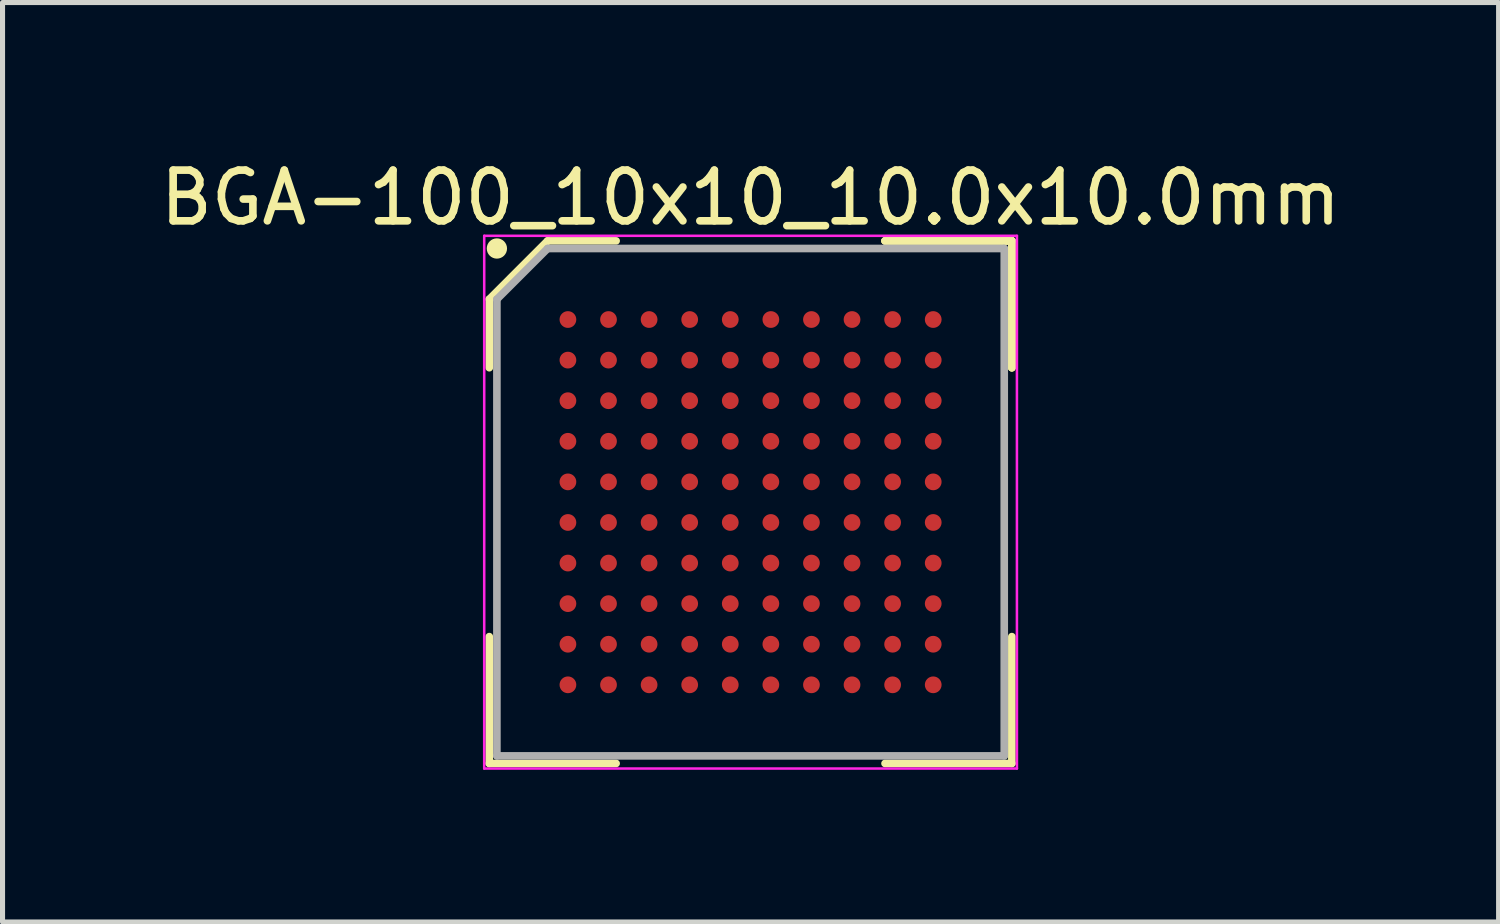
<source format=kicad_pcb>
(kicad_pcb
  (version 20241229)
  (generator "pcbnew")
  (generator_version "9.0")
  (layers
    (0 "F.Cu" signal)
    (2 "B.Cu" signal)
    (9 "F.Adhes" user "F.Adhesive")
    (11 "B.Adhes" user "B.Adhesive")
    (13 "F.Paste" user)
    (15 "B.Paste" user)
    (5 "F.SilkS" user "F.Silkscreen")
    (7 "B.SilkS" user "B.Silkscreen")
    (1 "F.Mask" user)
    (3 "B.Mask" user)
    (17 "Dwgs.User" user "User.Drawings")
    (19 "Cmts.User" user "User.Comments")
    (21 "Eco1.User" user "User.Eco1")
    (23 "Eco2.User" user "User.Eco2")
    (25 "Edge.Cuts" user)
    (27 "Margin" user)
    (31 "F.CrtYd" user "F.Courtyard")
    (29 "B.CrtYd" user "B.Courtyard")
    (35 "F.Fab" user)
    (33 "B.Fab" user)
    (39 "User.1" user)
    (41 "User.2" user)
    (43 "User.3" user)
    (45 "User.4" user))
  (footprint "BGA-100_10x10_10.0x10.0mm"
    (layer "F.Cu")
    (at 11.744 6.848)
    (property "Reference" "BGA-100_10x10_10.0x10.0mm" (at 0 -6 0) (layer "F.SilkS") (effects (font (size 1 1) (thickness 0.15))))
    (attr smd)
    (fp_line (start -5.15 -4) (end -5.15 -2.65) (stroke (width 0.15) (type solid)) (layer "F.SilkS"))
    (fp_line (start -5.15 5.15) (end -5.15 2.65) (stroke (width 0.15) (type solid)) (layer "F.SilkS"))
    (fp_line (start -4 -5.15) (end -5.15 -4) (stroke (width 0.15) (type solid)) (layer "F.SilkS"))
    (fp_line (start -2.65 -5.15) (end -4 -5.15) (stroke (width 0.15) (type solid)) (layer "F.SilkS"))
    (fp_line (start -2.65 5.15) (end -5.15 5.15) (stroke (width 0.15) (type solid)) (layer "F.SilkS"))
    (fp_line (start 2.65 -5.15) (end 5.15 -5.15) (stroke (width 0.15) (type solid)) (layer "F.SilkS"))
    (fp_line (start 2.65 -5.15) (end 5.15 -5.15) (stroke (width 0.15) (type solid)) (layer "F.SilkS"))
    (fp_line (start 2.65 -5.15) (end 5.15 -5.15) (stroke (width 0.15) (type solid)) (layer "F.SilkS"))
    (fp_line (start 2.65 5.15) (end 5.15 5.15) (stroke (width 0.15) (type solid)) (layer "F.SilkS"))
    (fp_line (start 5.15 -5.15) (end 5.15 -2.65) (stroke (width 0.15) (type solid)) (layer "F.SilkS"))
    (fp_line (start 5.15 -5.15) (end 5.15 -2.65) (stroke (width 0.15) (type solid)) (layer "F.SilkS"))
    (fp_line (start 5.15 -5.15) (end 5.15 -2.65) (stroke (width 0.15) (type solid)) (layer "F.SilkS"))
    (fp_line (start 5.15 5.15) (end 5.15 2.65) (stroke (width 0.15) (type solid)) (layer "F.SilkS"))
    (fp_circle (center -5 -5) (end -5 -4.9) (stroke (width 0.2) (type solid)) (fill no) (layer "F.SilkS"))
    (fp_line (start -5.25 -5.25) (end 5.25 -5.25) (stroke (width 0.05) (type solid)) (layer "F.CrtYd"))
    (fp_line (start -5.25 5.25) (end -5.25 -5.25) (stroke (width 0.05) (type solid)) (layer "F.CrtYd"))
    (fp_line (start 5.25 -5.25) (end 5.25 5.25) (stroke (width 0.05) (type solid)) (layer "F.CrtYd"))
    (fp_line (start 5.25 5.25) (end -5.25 5.25) (stroke (width 0.05) (type solid)) (layer "F.CrtYd"))
    (fp_line (start -5 -4) (end -5 5) (stroke (width 0.15) (type solid)) (layer "F.Fab"))
    (fp_line (start -5 5) (end 5 5) (stroke (width 0.15) (type solid)) (layer "F.Fab"))
    (fp_line (start -4 -5) (end -5 -4) (stroke (width 0.15) (type solid)) (layer "F.Fab"))
    (fp_line (start 5 -5) (end -4 -5) (stroke (width 0.15) (type solid)) (layer "F.Fab"))
    (fp_line (start 5 5) (end 5 -5) (stroke (width 0.15) (type solid)) (layer "F.Fab"))
    (pad "A1" smd circle (at -3.6 -3.6) (size 0.33 0.33) (layers "F.Cu" "F.Mask" "F.Paste"))
    (pad "A2" smd circle (at -2.8 -3.6) (size 0.33 0.33) (layers "F.Cu" "F.Mask" "F.Paste"))
    (pad "A3" smd circle (at -2 -3.6) (size 0.33 0.33) (layers "F.Cu" "F.Mask" "F.Paste"))
    (pad "A4" smd circle (at -1.2 -3.6) (size 0.33 0.33) (layers "F.Cu" "F.Mask" "F.Paste"))
    (pad "A5" smd circle (at -0.4 -3.6) (size 0.33 0.33) (layers "F.Cu" "F.Mask" "F.Paste"))
    (pad "A6" smd circle (at 0.4 -3.6) (size 0.33 0.33) (layers "F.Cu" "F.Mask" "F.Paste"))
    (pad "A7" smd circle (at 1.2 -3.6) (size 0.33 0.33) (layers "F.Cu" "F.Mask" "F.Paste"))
    (pad "A8" smd circle (at 2 -3.6) (size 0.33 0.33) (layers "F.Cu" "F.Mask" "F.Paste"))
    (pad "A9" smd circle (at 2.8 -3.6) (size 0.33 0.33) (layers "F.Cu" "F.Mask" "F.Paste"))
    (pad "A10" smd circle (at 3.6 -3.6) (size 0.33 0.33) (layers "F.Cu" "F.Mask" "F.Paste"))
    (pad "B1" smd circle (at -3.6 -2.8) (size 0.33 0.33) (layers "F.Cu" "F.Mask" "F.Paste"))
    (pad "B2" smd circle (at -2.8 -2.8) (size 0.33 0.33) (layers "F.Cu" "F.Mask" "F.Paste"))
    (pad "B3" smd circle (at -2 -2.8) (size 0.33 0.33) (layers "F.Cu" "F.Mask" "F.Paste"))
    (pad "B4" smd circle (at -1.2 -2.8) (size 0.33 0.33) (layers "F.Cu" "F.Mask" "F.Paste"))
    (pad "B5" smd circle (at -0.4 -2.8) (size 0.33 0.33) (layers "F.Cu" "F.Mask" "F.Paste"))
    (pad "B6" smd circle (at 0.4 -2.8) (size 0.33 0.33) (layers "F.Cu" "F.Mask" "F.Paste"))
    (pad "B7" smd circle (at 1.2 -2.8) (size 0.33 0.33) (layers "F.Cu" "F.Mask" "F.Paste"))
    (pad "B8" smd circle (at 2 -2.8) (size 0.33 0.33) (layers "F.Cu" "F.Mask" "F.Paste"))
    (pad "B9" smd circle (at 2.8 -2.8) (size 0.33 0.33) (layers "F.Cu" "F.Mask" "F.Paste"))
    (pad "B10" smd circle (at 3.6 -2.8) (size 0.33 0.33) (layers "F.Cu" "F.Mask" "F.Paste"))
    (pad "C1" smd circle (at -3.6 -2) (size 0.33 0.33) (layers "F.Cu" "F.Mask" "F.Paste"))
    (pad "C2" smd circle (at -2.8 -2) (size 0.33 0.33) (layers "F.Cu" "F.Mask" "F.Paste"))
    (pad "C3" smd circle (at -2 -2) (size 0.33 0.33) (layers "F.Cu" "F.Mask" "F.Paste"))
    (pad "C4" smd circle (at -1.2 -2) (size 0.33 0.33) (layers "F.Cu" "F.Mask" "F.Paste"))
    (pad "C5" smd circle (at -0.4 -2) (size 0.33 0.33) (layers "F.Cu" "F.Mask" "F.Paste"))
    (pad "C6" smd circle (at 0.4 -2) (size 0.33 0.33) (layers "F.Cu" "F.Mask" "F.Paste"))
    (pad "C7" smd circle (at 1.2 -2) (size 0.33 0.33) (layers "F.Cu" "F.Mask" "F.Paste"))
    (pad "C8" smd circle (at 2 -2) (size 0.33 0.33) (layers "F.Cu" "F.Mask" "F.Paste"))
    (pad "C9" smd circle (at 2.8 -2) (size 0.33 0.33) (layers "F.Cu" "F.Mask" "F.Paste"))
    (pad "C10" smd circle (at 3.6 -2) (size 0.33 0.33) (layers "F.Cu" "F.Mask" "F.Paste"))
    (pad "D1" smd circle (at -3.6 -1.2) (size 0.33 0.33) (layers "F.Cu" "F.Mask" "F.Paste"))
    (pad "D2" smd circle (at -2.8 -1.2) (size 0.33 0.33) (layers "F.Cu" "F.Mask" "F.Paste"))
    (pad "D3" smd circle (at -2 -1.2) (size 0.33 0.33) (layers "F.Cu" "F.Mask" "F.Paste"))
    (pad "D4" smd circle (at -1.2 -1.2) (size 0.33 0.33) (layers "F.Cu" "F.Mask" "F.Paste"))
    (pad "D5" smd circle (at -0.4 -1.2) (size 0.33 0.33) (layers "F.Cu" "F.Mask" "F.Paste"))
    (pad "D6" smd circle (at 0.4 -1.2) (size 0.33 0.33) (layers "F.Cu" "F.Mask" "F.Paste"))
    (pad "D7" smd circle (at 1.2 -1.2) (size 0.33 0.33) (layers "F.Cu" "F.Mask" "F.Paste"))
    (pad "D8" smd circle (at 2 -1.2) (size 0.33 0.33) (layers "F.Cu" "F.Mask" "F.Paste"))
    (pad "D9" smd circle (at 2.8 -1.2) (size 0.33 0.33) (layers "F.Cu" "F.Mask" "F.Paste"))
    (pad "D10" smd circle (at 3.6 -1.2) (size 0.33 0.33) (layers "F.Cu" "F.Mask" "F.Paste"))
    (pad "E1" smd circle (at -3.6 -0.4) (size 0.33 0.33) (layers "F.Cu" "F.Mask" "F.Paste"))
    (pad "E2" smd circle (at -2.8 -0.4) (size 0.33 0.33) (layers "F.Cu" "F.Mask" "F.Paste"))
    (pad "E3" smd circle (at -2 -0.4) (size 0.33 0.33) (layers "F.Cu" "F.Mask" "F.Paste"))
    (pad "E4" smd circle (at -1.2 -0.4) (size 0.33 0.33) (layers "F.Cu" "F.Mask" "F.Paste"))
    (pad "E5" smd circle (at -0.4 -0.4) (size 0.33 0.33) (layers "F.Cu" "F.Mask" "F.Paste"))
    (pad "E6" smd circle (at 0.4 -0.4) (size 0.33 0.33) (layers "F.Cu" "F.Mask" "F.Paste"))
    (pad "E7" smd circle (at 1.2 -0.4) (size 0.33 0.33) (layers "F.Cu" "F.Mask" "F.Paste"))
    (pad "E8" smd circle (at 2 -0.4) (size 0.33 0.33) (layers "F.Cu" "F.Mask" "F.Paste"))
    (pad "E9" smd circle (at 2.8 -0.4) (size 0.33 0.33) (layers "F.Cu" "F.Mask" "F.Paste"))
    (pad "E10" smd circle (at 3.6 -0.4) (size 0.33 0.33) (layers "F.Cu" "F.Mask" "F.Paste"))
    (pad "F1" smd circle (at -3.6 0.4) (size 0.33 0.33) (layers "F.Cu" "F.Mask" "F.Paste"))
    (pad "F2" smd circle (at -2.8 0.4) (size 0.33 0.33) (layers "F.Cu" "F.Mask" "F.Paste"))
    (pad "F3" smd circle (at -2 0.4) (size 0.33 0.33) (layers "F.Cu" "F.Mask" "F.Paste"))
    (pad "F4" smd circle (at -1.2 0.4) (size 0.33 0.33) (layers "F.Cu" "F.Mask" "F.Paste"))
    (pad "F5" smd circle (at -0.4 0.4) (size 0.33 0.33) (layers "F.Cu" "F.Mask" "F.Paste"))
    (pad "F6" smd circle (at 0.4 0.4) (size 0.33 0.33) (layers "F.Cu" "F.Mask" "F.Paste"))
    (pad "F7" smd circle (at 1.2 0.4) (size 0.33 0.33) (layers "F.Cu" "F.Mask" "F.Paste"))
    (pad "F8" smd circle (at 2 0.4) (size 0.33 0.33) (layers "F.Cu" "F.Mask" "F.Paste"))
    (pad "F9" smd circle (at 2.8 0.4) (size 0.33 0.33) (layers "F.Cu" "F.Mask" "F.Paste"))
    (pad "F10" smd circle (at 3.6 0.4) (size 0.33 0.33) (layers "F.Cu" "F.Mask" "F.Paste"))
    (pad "G1" smd circle (at -3.6 1.2) (size 0.33 0.33) (layers "F.Cu" "F.Mask" "F.Paste"))
    (pad "G2" smd circle (at -2.8 1.2) (size 0.33 0.33) (layers "F.Cu" "F.Mask" "F.Paste"))
    (pad "G3" smd circle (at -2 1.2) (size 0.33 0.33) (layers "F.Cu" "F.Mask" "F.Paste"))
    (pad "G4" smd circle (at -1.2 1.2) (size 0.33 0.33) (layers "F.Cu" "F.Mask" "F.Paste"))
    (pad "G5" smd circle (at -0.4 1.2) (size 0.33 0.33) (layers "F.Cu" "F.Mask" "F.Paste"))
    (pad "G6" smd circle (at 0.4 1.2) (size 0.33 0.33) (layers "F.Cu" "F.Mask" "F.Paste"))
    (pad "G7" smd circle (at 1.2 1.2) (size 0.33 0.33) (layers "F.Cu" "F.Mask" "F.Paste"))
    (pad "G8" smd circle (at 2 1.2) (size 0.33 0.33) (layers "F.Cu" "F.Mask" "F.Paste"))
    (pad "G9" smd circle (at 2.8 1.2) (size 0.33 0.33) (layers "F.Cu" "F.Mask" "F.Paste"))
    (pad "G10" smd circle (at 3.6 1.2) (size 0.33 0.33) (layers "F.Cu" "F.Mask" "F.Paste"))
    (pad "H1" smd circle (at -3.6 2) (size 0.33 0.33) (layers "F.Cu" "F.Mask" "F.Paste"))
    (pad "H2" smd circle (at -2.8 2) (size 0.33 0.33) (layers "F.Cu" "F.Mask" "F.Paste"))
    (pad "H3" smd circle (at -2 2) (size 0.33 0.33) (layers "F.Cu" "F.Mask" "F.Paste"))
    (pad "H4" smd circle (at -1.2 2) (size 0.33 0.33) (layers "F.Cu" "F.Mask" "F.Paste"))
    (pad "H5" smd circle (at -0.4 2) (size 0.33 0.33) (layers "F.Cu" "F.Mask" "F.Paste"))
    (pad "H6" smd circle (at 0.4 2) (size 0.33 0.33) (layers "F.Cu" "F.Mask" "F.Paste"))
    (pad "H7" smd circle (at 1.2 2) (size 0.33 0.33) (layers "F.Cu" "F.Mask" "F.Paste"))
    (pad "H8" smd circle (at 2 2) (size 0.33 0.33) (layers "F.Cu" "F.Mask" "F.Paste"))
    (pad "H9" smd circle (at 2.8 2) (size 0.33 0.33) (layers "F.Cu" "F.Mask" "F.Paste"))
    (pad "H10" smd circle (at 3.6 2) (size 0.33 0.33) (layers "F.Cu" "F.Mask" "F.Paste"))
    (pad "J1" smd circle (at -3.6 2.8) (size 0.33 0.33) (layers "F.Cu" "F.Mask" "F.Paste"))
    (pad "J2" smd circle (at -2.8 2.8) (size 0.33 0.33) (layers "F.Cu" "F.Mask" "F.Paste"))
    (pad "J3" smd circle (at -2 2.8) (size 0.33 0.33) (layers "F.Cu" "F.Mask" "F.Paste"))
    (pad "J4" smd circle (at -1.2 2.8) (size 0.33 0.33) (layers "F.Cu" "F.Mask" "F.Paste"))
    (pad "J5" smd circle (at -0.4 2.8) (size 0.33 0.33) (layers "F.Cu" "F.Mask" "F.Paste"))
    (pad "J6" smd circle (at 0.4 2.8) (size 0.33 0.33) (layers "F.Cu" "F.Mask" "F.Paste"))
    (pad "J7" smd circle (at 1.2 2.8) (size 0.33 0.33) (layers "F.Cu" "F.Mask" "F.Paste"))
    (pad "J8" smd circle (at 2 2.8) (size 0.33 0.33) (layers "F.Cu" "F.Mask" "F.Paste"))
    (pad "J9" smd circle (at 2.8 2.8) (size 0.33 0.33) (layers "F.Cu" "F.Mask" "F.Paste"))
    (pad "J10" smd circle (at 3.6 2.8) (size 0.33 0.33) (layers "F.Cu" "F.Mask" "F.Paste"))
    (pad "K1" smd circle (at -3.6 3.6) (size 0.33 0.33) (layers "F.Cu" "F.Mask" "F.Paste"))
    (pad "K2" smd circle (at -2.8 3.6) (size 0.33 0.33) (layers "F.Cu" "F.Mask" "F.Paste"))
    (pad "K3" smd circle (at -2 3.6) (size 0.33 0.33) (layers "F.Cu" "F.Mask" "F.Paste"))
    (pad "K4" smd circle (at -1.2 3.6) (size 0.33 0.33) (layers "F.Cu" "F.Mask" "F.Paste"))
    (pad "K5" smd circle (at -0.4 3.6) (size 0.33 0.33) (layers "F.Cu" "F.Mask" "F.Paste"))
    (pad "K6" smd circle (at 0.4 3.6) (size 0.33 0.33) (layers "F.Cu" "F.Mask" "F.Paste"))
    (pad "K7" smd circle (at 1.2 3.6) (size 0.33 0.33) (layers "F.Cu" "F.Mask" "F.Paste"))
    (pad "K8" smd circle (at 2 3.6) (size 0.33 0.33) (layers "F.Cu" "F.Mask" "F.Paste"))
    (pad "K9" smd circle (at 2.8 3.6) (size 0.33 0.33) (layers "F.Cu" "F.Mask" "F.Paste"))
    (pad "K10" smd circle (at 3.6 3.6) (size 0.33 0.33) (layers "F.Cu" "F.Mask" "F.Paste")))
  (gr_rect
    (start -3 -3)
    (end 26.488 15.123)
    (stroke (width 0.1) (type default))
    (fill no)
    (layer "Edge.Cuts")))
</source>
